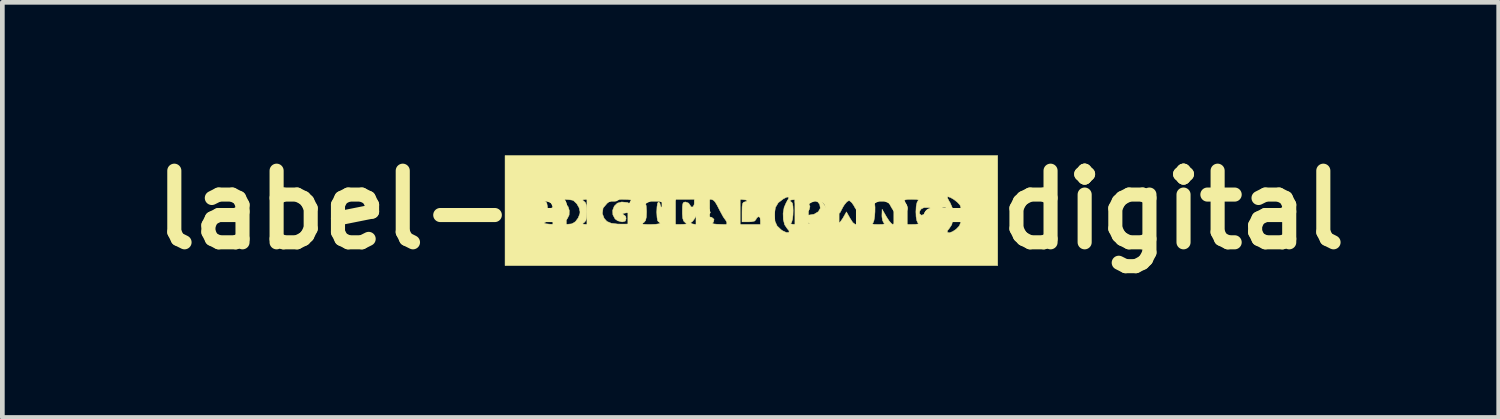
<source format=kicad_pcb>
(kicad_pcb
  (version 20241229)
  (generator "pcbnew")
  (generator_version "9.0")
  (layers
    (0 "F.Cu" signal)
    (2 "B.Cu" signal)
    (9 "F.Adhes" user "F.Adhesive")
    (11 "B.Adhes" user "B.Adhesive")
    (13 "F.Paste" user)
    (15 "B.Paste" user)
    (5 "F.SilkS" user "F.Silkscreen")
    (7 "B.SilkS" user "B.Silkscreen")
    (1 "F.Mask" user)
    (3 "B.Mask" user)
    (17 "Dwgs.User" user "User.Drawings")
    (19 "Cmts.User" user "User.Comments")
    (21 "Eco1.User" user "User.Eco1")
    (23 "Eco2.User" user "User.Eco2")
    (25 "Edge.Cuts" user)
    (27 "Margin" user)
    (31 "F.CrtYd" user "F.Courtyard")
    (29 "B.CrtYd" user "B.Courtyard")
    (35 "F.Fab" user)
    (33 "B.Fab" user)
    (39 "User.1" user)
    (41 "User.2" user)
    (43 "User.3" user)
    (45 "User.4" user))
  (footprint "label-arduino-digital"
    (layer "F.Cu")
    (at 12.925 1.418)
    (property "Reference" "label-arduino-digital" (at 0 0 0) (layer "F.SilkS") (effects (font (size 1.524 1.524) (thickness 0.3))))
    (attr through_hole)
    (fp_poly (pts (xy -0.878 -0.004) (xy -0.855 0.056) (xy -0.869 0.08) (xy -0.927 0.085) (xy -0.994 0.077) (xy -1.015 0.064) (xy -0.998 0.025) (xy -0.966 -0.025) (xy -0.918 -0.092) (xy -0.878 -0.004)) (stroke (width 0.01) (type solid)) (fill yes) (layer "F.SilkS"))
    (fp_poly (pts (xy 1.242 -0.132) (xy 1.265 -0.071) (xy 1.249 -0.005) (xy 1.232 0.016) (xy 1.175 0.053) (xy 1.14 0.038) (xy 1.126 -0.031) (xy 1.125 -0.059) (xy 1.13 -0.132) (xy 1.152 -0.163) (xy 1.188 -0.164) (xy 1.242 -0.132)) (stroke (width 0.01) (type solid)) (fill yes) (layer "F.SilkS"))
    (fp_poly (pts (xy -3.943 -0.144) (xy -3.883 -0.068) (xy -3.858 0.011) (xy -3.861 0.108) (xy -3.903 0.191) (xy -3.974 0.243) (xy -4.029 0.254) (xy -4.065 0.249) (xy -4.087 0.226) (xy -4.097 0.173) (xy -4.1 0.078) (xy -4.1 0.042) (xy -4.098 -0.066) (xy -4.09 -0.13) (xy -4.072 -0.16) (xy -4.04 -0.169) (xy -4.032 -0.169) (xy -3.943 -0.144)) (stroke (width 0.01) (type solid)) (fill yes) (layer "F.SilkS"))
    (fp_poly (pts (xy 5.261 1.185) (xy -5.225 1.185) (xy -5.225 -0.198) (xy -4.391 -0.198) (xy -4.363 -0.17) (xy -4.354 -0.169) (xy -4.336 -0.143) (xy -4.323 -0.072) (xy -4.318 0.032) (xy -4.318 0.042) (xy -4.323 0.149) (xy -4.335 0.223) (xy -4.353 0.254) (xy -4.354 0.254) (xy -4.39 0.275) (xy -4.391 0.282) (xy -4.358 0.295) (xy -4.273 0.304) (xy -4.156 0.309) (xy -4.028 0.31) (xy -3.908 0.307) (xy -3.818 0.298) (xy -3.793 0.293) (xy -3.792 0.292) (xy -3.574 0.292) (xy -3.557 0.304) (xy -3.485 0.309) (xy -3.402 0.31) (xy -3.289 0.306) (xy -3.213 0.294) (xy -3.193 0.282) (xy -3.221 0.255) (xy -3.229 0.254) (xy -3.248 0.228) (xy -3.26 0.157) (xy -3.265 0.076) (xy -3.155 0.076) (xy -3.116 0.179) (xy -3.057 0.245) (xy -2.965 0.284) (xy -2.825 0.301) (xy -2.685 0.302) (xy -2.449 0.296) (xy -2.449 0.292) (xy -2.304 0.292) (xy -2.287 0.304) (xy -2.215 0.309) (xy -2.132 0.31) (xy -2.019 0.306) (xy -1.943 0.294) (xy -1.923 0.282) (xy -1.951 0.255) (xy -1.959 0.254) (xy -1.978 0.228) (xy -1.99 0.157) (xy -1.996 0.052) (xy -1.996 0.042) (xy -1.991 -0.064) (xy -1.979 -0.139) (xy -1.961 -0.169) (xy -1.959 -0.169) (xy -1.93 -0.146) (xy -1.923 -0.113) (xy -1.907 -0.067) (xy -1.883 -0.056) (xy -1.843 -0.08) (xy -1.825 -0.113) (xy -1.78 -0.159) (xy -1.737 -0.169) (xy -1.702 -0.163) (xy -1.681 -0.137) (xy -1.672 -0.079) (xy -1.669 0.023) (xy -1.669 0.032) (xy -1.673 0.146) (xy -1.688 0.218) (xy -1.716 0.26) (xy -1.733 0.271) (xy -1.758 0.291) (xy -1.741 0.303) (xy -1.671 0.308) (xy -1.56 0.309) (xy -1.437 0.307) (xy -1.375 0.301) (xy -1.364 0.289) (xy -1.386 0.273) (xy -1.275 0.273) (xy -1.249 0.295) (xy -1.176 0.309) (xy -1.139 0.31) (xy -1.055 0.307) (xy -1.033 0.292) (xy -1.048 0.272) (xy -1.077 0.214) (xy -1.044 0.167) (xy -0.959 0.143) (xy -0.925 0.141) (xy -0.827 0.157) (xy -0.777 0.199) (xy -0.787 0.254) (xy -0.802 0.272) (xy -0.808 0.287) (xy -0.783 0.298) (xy -0.717 0.305) (xy -0.602 0.309) (xy -0.428 0.31) (xy -0.313 0.31) (xy 0.218 0.31) (xy 0.218 0.226) (xy 0.203 0.163) (xy 0.169 0.142) (xy 0.132 0.17) (xy 0.119 0.198) (xy 0.089 0.236) (xy 0.019 0.252) (xy -0.041 0.254) (xy -0.181 0.254) (xy -0.181 0.108) (xy 0.509 0.108) (xy 0.521 0.241) (xy 0.565 0.34) (xy 0.651 0.422) (xy 0.683 0.444) (xy 0.763 0.481) (xy 0.814 0.48) (xy 0.815 0.478) (xy 4.189 0.478) (xy 4.232 0.488) (xy 4.301 0.462) (xy 4.376 0.412) (xy 4.439 0.347) (xy 4.447 0.336) (xy 4.482 0.246) (xy 4.497 0.128) (xy 4.491 0.008) (xy 4.465 -0.09) (xy 4.454 -0.11) (xy 4.403 -0.164) (xy 4.332 -0.22) (xy 4.259 -0.263) (xy 4.205 -0.281) (xy 4.192 -0.278) (xy 4.196 -0.247) (xy 4.228 -0.185) (xy 4.248 -0.153) (xy 4.293 -0.05) (xy 4.313 0.074) (xy 4.31 0.202) (xy 4.283 0.314) (xy 4.232 0.391) (xy 4.232 0.391) (xy 4.191 0.443) (xy 4.189 0.478) (xy 0.815 0.478) (xy 0.823 0.448) (xy 0.779 0.394) (xy 0.726 0.315) (xy 0.698 0.202) (xy 0.694 0.073) (xy 0.715 -0.052) (xy 0.759 -0.153) (xy 0.785 -0.198) (xy 0.835 -0.198) (xy 0.862 -0.17) (xy 0.871 -0.169) (xy 0.891 -0.144) (xy 0.903 -0.079) (xy 0.907 0.01) (xy 0.904 0.107) (xy 0.894 0.195) (xy 0.877 0.258) (xy 0.864 0.277) (xy 0.855 0.295) (xy 0.896 0.306) (xy 0.996 0.31) (xy 1.047 0.31) (xy 1.175 0.306) (xy 1.244 0.295) (xy 1.252 0.282) (xy 1.199 0.256) (xy 1.177 0.254) (xy 1.136 0.229) (xy 1.125 0.183) (xy 1.138 0.132) (xy 1.192 0.114) (xy 1.226 0.113) (xy 1.353 0.092) (xy 1.443 0.038) (xy 1.486 -0.037) (xy 1.472 -0.12) (xy 1.428 -0.174) (xy 1.387 -0.198) (xy 1.488 -0.198) (xy 1.512 -0.17) (xy 1.519 -0.169) (xy 1.546 -0.145) (xy 1.588 -0.081) (xy 1.633 0.007) (xy 1.68 0.109) (xy 1.722 0.197) (xy 1.746 0.247) (xy 1.792 0.301) (xy 1.85 0.302) (xy 1.914 0.251) (xy 1.966 0.176) (xy 2.042 0.042) (xy 2.117 0.176) (xy 2.176 0.268) (xy 2.229 0.309) (xy 2.28 0.298) (xy 2.333 0.235) (xy 2.39 0.118) (xy 2.409 0.074) (xy 2.475 -0.07) (xy 2.535 -0.158) (xy 2.59 -0.189) (xy 2.627 -0.177) (xy 2.643 -0.136) (xy 2.65 -0.058) (xy 2.649 0.04) (xy 2.641 0.14) (xy 2.628 0.224) (xy 2.609 0.273) (xy 2.605 0.277) (xy 2.593 0.298) (xy 2.635 0.308) (xy 2.721 0.31) (xy 2.817 0.307) (xy 2.851 0.296) (xy 2.838 0.277) (xy 2.812 0.229) (xy 2.798 0.15) (xy 2.797 0.114) (xy 2.801 -0.014) (xy 2.894 0.148) (xy 2.949 0.233) (xy 2.999 0.291) (xy 3.031 0.31) (xy 3.066 0.287) (xy 3.119 0.223) (xy 3.178 0.134) (xy 3.186 0.12) (xy 3.298 -0.071) (xy 3.3 0.082) (xy 3.294 0.185) (xy 3.268 0.247) (xy 3.239 0.271) (xy 3.212 0.292) (xy 3.229 0.303) (xy 3.3 0.308) (xy 3.391 0.31) (xy 3.51 0.308) (xy 3.567 0.299) (xy 3.57 0.283) (xy 3.563 0.277) (xy 3.54 0.23) (xy 3.524 0.141) (xy 3.522 0.081) (xy 3.598 0.081) (xy 3.633 0.111) (xy 3.647 0.113) (xy 3.695 0.09) (xy 3.701 0.071) (xy 3.728 0.033) (xy 3.751 0.028) (xy 3.815 0.048) (xy 3.846 0.071) (xy 3.923 0.106) (xy 4.02 0.111) (xy 4.106 0.085) (xy 4.135 0.058) (xy 4.166 0.001) (xy 4.173 -0.026) (xy 4.149 -0.054) (xy 4.096 -0.051) (xy 4.043 -0.021) (xy 4.034 -0.01) (xy 4.005 0.02) (xy 3.965 0.015) (xy 3.915 -0.01) (xy 3.801 -0.05) (xy 3.694 -0.049) (xy 3.636 -0.023) (xy 3.598 0.029) (xy 3.598 0.081) (xy 3.522 0.081) (xy 3.52 0.042) (xy 3.526 -0.072) (xy 3.543 -0.155) (xy 3.563 -0.192) (xy 3.574 -0.213) (xy 3.533 -0.223) (xy 3.434 -0.226) (xy 3.333 -0.224) (xy 3.274 -0.208) (xy 3.231 -0.168) (xy 3.183 -0.088) (xy 3.182 -0.085) (xy 3.134 -0.008) (xy 3.096 0.044) (xy 3.08 0.056) (xy 3.055 0.032) (xy 3.014 -0.029) (xy 2.982 -0.085) (xy 2.907 -0.226) (xy 2.615 -0.226) (xy 2.47 -0.222) (xy 2.368 -0.214) (xy 2.323 -0.2) (xy 2.322 -0.198) (xy 2.347 -0.17) (xy 2.355 -0.169) (xy 2.367 -0.146) (xy 2.355 -0.086) (xy 2.349 -0.071) (xy 2.318 -0.006) (xy 2.29 0.027) (xy 2.285 0.028) (xy 2.258 0.005) (xy 2.219 -0.055) (xy 2.204 -0.085) (xy 2.157 -0.154) (xy 2.109 -0.194) (xy 2.094 -0.198) (xy 2.051 -0.174) (xy 1.999 -0.112) (xy 1.969 -0.064) (xy 1.898 0.071) (xy 1.837 -0.039) (xy 1.802 -0.12) (xy 1.805 -0.171) (xy 1.818 -0.187) (xy 1.831 -0.21) (xy 1.797 -0.222) (xy 1.706 -0.226) (xy 1.674 -0.226) (xy 1.569 -0.221) (xy 1.501 -0.208) (xy 1.488 -0.198) (xy 1.387 -0.198) (xy 1.379 -0.203) (xy 1.302 -0.219) (xy 1.18 -0.225) (xy 1.101 -0.226) (xy 0.966 -0.222) (xy 0.872 -0.213) (xy 0.835 -0.198) (xy 0.835 -0.198) (xy 0.785 -0.198) (xy 0.807 -0.236) (xy 0.81 -0.275) (xy 0.768 -0.271) (xy 0.698 -0.235) (xy 0.59 -0.153) (xy 0.53 -0.051) (xy 0.509 0.087) (xy 0.509 0.108) (xy -0.181 0.108) (xy -0.181 0.042) (xy -0.179 -0.069) (xy -0.168 -0.135) (xy -0.148 -0.164) (xy -0.127 -0.169) (xy -0.079 -0.185) (xy -0.073 -0.198) (xy -0.105 -0.213) (xy -0.191 -0.223) (xy -0.279 -0.226) (xy -0.395 -0.223) (xy -0.448 -0.214) (xy -0.449 -0.197) (xy -0.443 -0.192) (xy -0.423 -0.15) (xy -0.409 -0.071) (xy -0.4 0.027) (xy -0.398 0.127) (xy -0.404 0.21) (xy -0.418 0.258) (xy -0.421 0.261) (xy -0.466 0.272) (xy -0.518 0.235) (xy -0.58 0.148) (xy -0.654 0.012) (xy -0.712 -0.101) (xy -0.755 -0.172) (xy -0.793 -0.209) (xy -0.834 -0.224) (xy -0.872 -0.226) (xy -0.922 -0.221) (xy -0.962 -0.201) (xy -1.002 -0.155) (xy -1.05 -0.072) (xy -1.091 0.007) (xy -1.148 0.112) (xy -1.197 0.195) (xy -1.232 0.242) (xy -1.241 0.249) (xy -1.275 0.273) (xy -1.386 0.273) (xy -1.388 0.271) (xy -1.423 0.237) (xy -1.443 0.179) (xy -1.451 0.084) (xy -1.451 0.032) (xy -1.449 -0.073) (xy -1.44 -0.134) (xy -1.421 -0.162) (xy -1.386 -0.169) (xy -1.383 -0.169) (xy -1.319 -0.145) (xy -1.296 -0.113) (xy -1.263 -0.063) (xy -1.226 -0.064) (xy -1.201 -0.109) (xy -1.197 -0.141) (xy -1.197 -0.226) (xy -1.769 -0.225) (xy -1.985 -0.224) (xy -2.136 -0.221) (xy -2.232 -0.217) (xy -2.281 -0.209) (xy -2.291 -0.198) (xy -2.277 -0.186) (xy -2.241 -0.151) (xy -2.221 -0.09) (xy -2.214 0.01) (xy -2.213 0.042) (xy -2.218 0.154) (xy -2.234 0.224) (xy -2.266 0.264) (xy -2.277 0.271) (xy -2.304 0.292) (xy -2.449 0.292) (xy -2.438 0.205) (xy -2.421 0.142) (xy -2.395 0.113) (xy -2.393 0.113) (xy -2.36 0.091) (xy -2.359 0.085) (xy -2.391 0.069) (xy -2.475 0.058) (xy -2.54 0.056) (xy -2.643 0.062) (xy -2.709 0.074) (xy -2.721 0.085) (xy -2.694 0.112) (xy -2.685 0.113) (xy -2.658 0.137) (xy -2.649 0.183) (xy -2.664 0.237) (xy -2.723 0.254) (xy -2.738 0.254) (xy -2.828 0.231) (xy -2.883 0.191) (xy -2.93 0.103) (xy -2.934 0.007) (xy -2.9 -0.08) (xy -2.834 -0.144) (xy -2.742 -0.169) (xy -2.74 -0.169) (xy -2.618 -0.157) (xy -2.55 -0.122) (xy -2.54 -0.093) (xy -2.521 -0.063) (xy -2.482 -0.07) (xy -2.445 -0.105) (xy -2.437 -0.126) (xy -2.444 -0.175) (xy -2.5 -0.207) (xy -2.614 -0.222) (xy -2.733 -0.225) (xy -2.861 -0.222) (xy -2.945 -0.206) (xy -3.014 -0.17) (xy -3.051 -0.143) (xy -3.138 -0.041) (xy -3.155 0.076) (xy -3.265 0.076) (xy -3.266 0.052) (xy -3.266 0.042) (xy -3.261 -0.064) (xy -3.249 -0.139) (xy -3.231 -0.169) (xy -3.229 -0.169) (xy -3.194 -0.191) (xy -3.193 -0.198) (xy -3.226 -0.213) (xy -3.312 -0.223) (xy -3.402 -0.225) (xy -3.516 -0.223) (xy -3.568 -0.216) (xy -3.569 -0.202) (xy -3.547 -0.186) (xy -3.511 -0.151) (xy -3.491 -0.09) (xy -3.484 0.01) (xy -3.483 0.042) (xy -3.488 0.154) (xy -3.504 0.224) (xy -3.536 0.264) (xy -3.547 0.271) (xy -3.574 0.292) (xy -3.792 0.292) (xy -3.726 0.249) (xy -3.668 0.171) (xy -3.633 0.081) (xy -3.629 0.042) (xy -3.648 -0.045) (xy -3.698 -0.132) (xy -3.763 -0.194) (xy -3.793 -0.208) (xy -3.865 -0.219) (xy -3.974 -0.225) (xy -4.101 -0.226) (xy -4.225 -0.222) (xy -4.326 -0.215) (xy -4.384 -0.203) (xy -4.391 -0.198) (xy -5.225 -0.198) (xy -5.225 -1.157) (xy 5.261 -1.157) (xy 5.261 1.185)) (stroke (width 0.01) (type solid)) (fill yes) (layer "F.SilkS")))
  (gr_rect
    (start -3 -3)
    (end 28.85 5.836)
    (stroke (width 0.1) (type default))
    (fill no)
    (layer "Edge.Cuts")))
</source>
